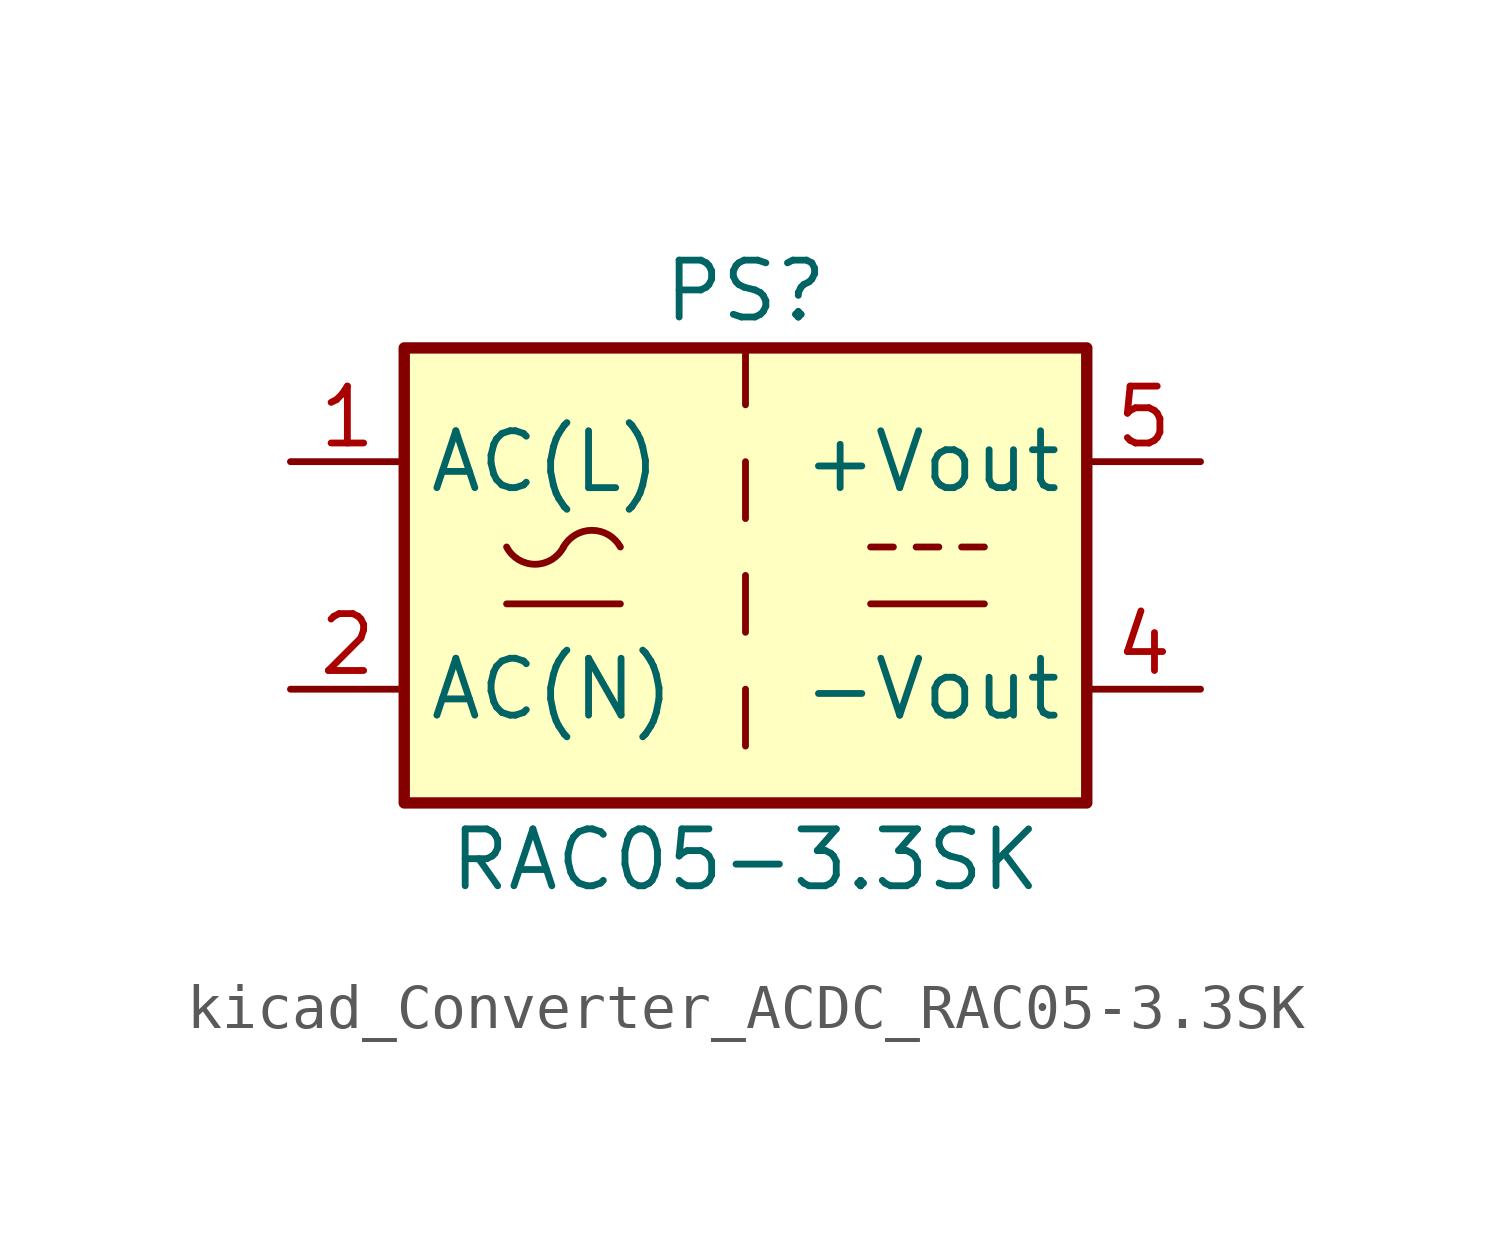
<source format=kicad_sym>
(kicad_symbol_lib
  (version 20220914)
  (generator kicad_symbol_editor)
  (symbol "kicad_Converter_ACDC_RAC05-3.3SK"
    (property "Reference" "PS"
      (at 0 6.35 0)
      (effects (font (size 1.27 1.27))))
    (property "Value" "RAC05-3.3SK"
      (at 0 -6.35 0)
      (effects (font (size 1.27 1.27))))
    (symbol "kicad_Converter_ACDC_RAC05-3.3SK_1_1"
      (rectangle (start -7.62 5.08) (end 7.62 -5.08) (stroke (width 0.254) (type default)) (fill (type background)))
      (arc (start -5.334 0.635) (mid -4.699 0.2495) (end -4.064 0.635) (stroke (width 0) (type default)) (fill (type none)))
      (arc (start -2.794 0.635) (mid -3.429 1.0072) (end -4.064 0.635) (stroke (width 0) (type default)) (fill (type none)))
      (polyline (pts (xy -5.334 -0.635) (xy -2.794 -0.635)) (stroke (width 0) (type default)) (fill (type none)))
      (polyline (pts (xy 0 -2.54) (xy 0 -3.81)) (stroke (width 0) (type default)) (fill (type none)))
      (polyline (pts (xy 0 0) (xy 0 -1.27)) (stroke (width 0) (type default)) (fill (type none)))
      (polyline (pts (xy 0 2.54) (xy 0 1.27)) (stroke (width 0) (type default)) (fill (type none)))
      (polyline (pts (xy 0 5.08) (xy 0 3.81)) (stroke (width 0) (type default)) (fill (type none)))
      (polyline (pts (xy 2.794 -0.635) (xy 5.334 -0.635)) (stroke (width 0) (type default)) (fill (type none)))
      (polyline (pts (xy 2.794 0.635) (xy 3.302 0.635)) (stroke (width 0) (type default)) (fill (type none)))
      (polyline (pts (xy 3.81 0.635) (xy 4.318 0.635)) (stroke (width 0) (type default)) (fill (type none)))
      (polyline (pts (xy 4.826 0.635) (xy 5.334 0.635)) (stroke (width 0) (type default)) (fill (type none)))
      (pin power_in line (at -10.16 2.54 0) (length 2.54) (name "AC(L)" (effects (font (size 1.27 1.27)))) (number "1" (effects (font (size 1.27 1.27)))))
      (pin power_in line (at -10.16 -2.54 0) (length 2.54) (name "AC(N)" (effects (font (size 1.27 1.27)))) (number "2" (effects (font (size 1.27 1.27)))))
      (pin no_connect line (at 7.62 0 180) (length 2.54) hide (name "NC" (effects (font (size 1.27 1.27)))) (number "3" (effects (font (size 1.27 1.27)))))
      (pin power_out line (at 10.16 -2.54 180) (length 2.54) (name "-Vout" (effects (font (size 1.27 1.27)))) (number "4" (effects (font (size 1.27 1.27)))))
      (pin power_out line (at 10.16 2.54 180) (length 2.54) (name "+Vout" (effects (font (size 1.27 1.27)))) (number "5" (effects (font (size 1.27 1.27))))))))
</source>
